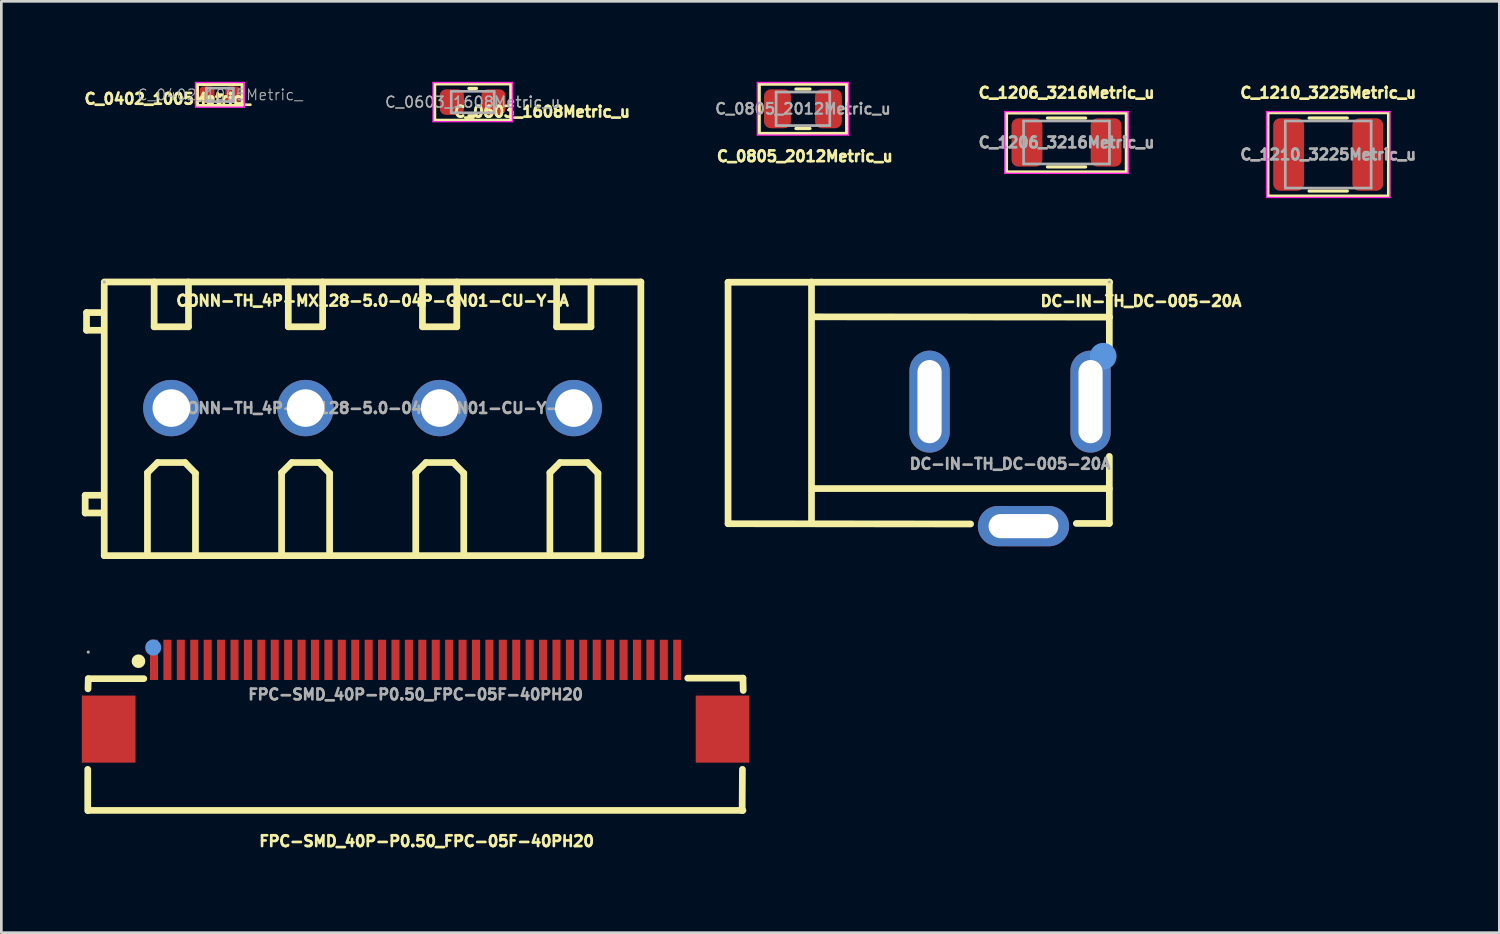
<source format=kicad_pcb>
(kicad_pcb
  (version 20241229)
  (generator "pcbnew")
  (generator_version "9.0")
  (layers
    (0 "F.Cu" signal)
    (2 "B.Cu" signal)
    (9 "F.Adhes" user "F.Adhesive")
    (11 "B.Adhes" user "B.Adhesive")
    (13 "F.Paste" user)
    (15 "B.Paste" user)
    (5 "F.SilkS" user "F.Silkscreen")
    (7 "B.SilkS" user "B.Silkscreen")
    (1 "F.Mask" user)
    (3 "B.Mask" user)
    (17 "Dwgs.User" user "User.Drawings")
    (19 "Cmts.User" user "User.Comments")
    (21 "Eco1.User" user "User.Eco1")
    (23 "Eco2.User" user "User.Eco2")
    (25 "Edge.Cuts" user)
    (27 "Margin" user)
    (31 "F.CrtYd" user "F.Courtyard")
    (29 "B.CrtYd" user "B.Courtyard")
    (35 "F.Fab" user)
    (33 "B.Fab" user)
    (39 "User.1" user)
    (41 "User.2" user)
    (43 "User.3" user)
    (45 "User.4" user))
  (footprint "C_1210_3225Metric_u"
    (layer "F.Cu")
    (at 46.453 2.709)
    (property "Reference" "C_1210_3225Metric_u" (at 0 -2.3 180) (layer "F.SilkS") (effects (font (size 0.4 0.4) (thickness 0.15))))
    (attr smd)
    (fp_line (start -0.711 -1.36) (end 0.711 -1.36) (stroke (width 0.12) (type solid)) (layer "F.SilkS"))
    (fp_line (start -0.711 1.36) (end 0.711 1.36) (stroke (width 0.12) (type solid)) (layer "F.SilkS"))
    (fp_rect (start -2.25 -1.56) (end 2.25 1.55) (stroke (width 0.12) (type solid)) (fill no) (layer "F.SilkS"))
    (fp_line (start -2.3 -1.6) (end 2.3 -1.6) (stroke (width 0.05) (type solid)) (layer "F.CrtYd"))
    (fp_line (start -2.3 1.6) (end -2.3 -1.6) (stroke (width 0.05) (type solid)) (layer "F.CrtYd"))
    (fp_line (start 2.3 -1.6) (end 2.3 1.6) (stroke (width 0.05) (type solid)) (layer "F.CrtYd"))
    (fp_line (start 2.3 1.6) (end -2.3 1.6) (stroke (width 0.05) (type solid)) (layer "F.CrtYd"))
    (fp_line (start -1.6 -1.25) (end 1.6 -1.25) (stroke (width 0.1) (type solid)) (layer "F.Fab"))
    (fp_line (start -1.6 1.25) (end -1.6 -1.25) (stroke (width 0.1) (type solid)) (layer "F.Fab"))
    (fp_line (start 1.6 -1.25) (end 1.6 1.25) (stroke (width 0.1) (type solid)) (layer "F.Fab"))
    (fp_line (start 1.6 1.25) (end -1.6 1.25) (stroke (width 0.1) (type solid)) (layer "F.Fab"))
    (fp_text user "${REFERENCE}" (at 0 0 180) (layer "F.Fab") (effects (font (size 0.4 0.4) (thickness 0.12))))
    (pad "1" smd roundrect (at -1.475 0) (size 1.15 2.7) (layers "F.Cu" "F.Mask" "F.Paste") (roundrect_rratio 0.217))
    (pad "2" smd roundrect (at 1.475 0) (size 1.15 2.7) (layers "F.Cu" "F.Mask" "F.Paste") (roundrect_rratio 0.217)))
  (footprint "DC-IN-TH_DC-005-20A"
    (layer "F.Cu")
    (at 34.595 14.239)
    (property "Reference" "DC-IN-TH_DC-005-20A" (at 4.88 -6.067 0) (layer "F.SilkS") (effects (font (size 0.4 0.4) (thickness 0.15))))
    (attr smd)
    (fp_line (start -10.51 -6.77) (end 3.71 -6.77) (stroke (width 0.25) (type solid)) (layer "F.SilkS"))
    (fp_line (start -10.51 2.23) (end -10.51 -6.77) (stroke (width 0.25) (type solid)) (layer "F.SilkS"))
    (fp_line (start -10.51 2.23) (end -1.47 2.24) (stroke (width 0.25) (type solid)) (layer "F.SilkS"))
    (fp_line (start -7.4 2.22) (end -7.4 -6.78) (stroke (width 0.25) (type solid)) (layer "F.SilkS"))
    (fp_line (start -7.32 -5.48) (end 3.71 -5.47) (stroke (width 0.25) (type solid)) (layer "F.SilkS"))
    (fp_line (start -7.32 0.92) (end 3.7 0.92) (stroke (width 0.25) (type solid)) (layer "F.SilkS"))
    (fp_line (start 2.47 2.22) (end 3.7 2.22) (stroke (width 0.25) (type solid)) (layer "F.SilkS"))
    (fp_line (start 3.7 -6.78) (end 3.7 -4.27) (stroke (width 0.25) (type solid)) (layer "F.SilkS"))
    (fp_line (start 3.7 -0.28) (end 3.7 2.22) (stroke (width 0.25) (type solid)) (layer "F.SilkS"))
    (fp_circle (center 3.47 -4.01) (end 3.72 -4.01) (stroke (width 0.5) (type solid)) (fill no) (layer "Cmts.User"))
    (fp_circle (center 3.7 -6.78) (end 3.73 -6.78) (stroke (width 0.06) (type solid)) (fill no) (layer "F.Fab"))
    (fp_text user "${REFERENCE}" (at 0 0 0) (layer "F.Fab") (effects (font (size 0.4 0.4) (thickness 0.15))))
    (pad "1" thru_hole oval (at 3 -2.32) (size 1.5 3.8) (drill oval 0.9 3.1) (layers "*.Cu" "*.Paste" "*.Mask"))
    (pad "2" thru_hole oval (at -3 -2.32 180) (size 1.5 3.8) (drill oval 0.9 3.1) (layers "*.Cu" "*.Paste" "*.Mask"))
    (pad "3" thru_hole oval (at 0.5 2.32 270) (size 1.5 3.4) (drill oval 0.9 2.6) (layers "*.Cu" "*.Paste" "*.Mask")))
  (footprint "C_0603_1608Metric_u"
    (layer "F.Cu")
    (at 14.568 0.755)
    (property "Reference" "C_0603_1608Metric_u" (at 2.585 0.36 180) (layer "F.SilkS") (effects (font (size 0.4 0.4) (thickness 0.15))))
    (attr smd)
    (fp_line (start -0.141 -0.51) (end 0.141 -0.51) (stroke (width 0.12) (type solid)) (layer "F.SilkS"))
    (fp_line (start -0.141 0.51) (end 0.141 0.51) (stroke (width 0.12) (type solid)) (layer "F.SilkS"))
    (fp_rect (start -1.42 -0.68) (end 1.42 0.68) (stroke (width 0.12) (type solid)) (fill no) (layer "F.SilkS"))
    (fp_line (start -1.48 -0.73) (end 1.48 -0.73) (stroke (width 0.05) (type solid)) (layer "F.CrtYd"))
    (fp_line (start -1.48 0.73) (end -1.48 -0.73) (stroke (width 0.05) (type solid)) (layer "F.CrtYd"))
    (fp_line (start 1.48 -0.73) (end 1.48 0.73) (stroke (width 0.05) (type solid)) (layer "F.CrtYd"))
    (fp_line (start 1.48 0.73) (end -1.48 0.73) (stroke (width 0.05) (type solid)) (layer "F.CrtYd"))
    (fp_line (start -0.8 -0.4) (end 0.8 -0.4) (stroke (width 0.1) (type solid)) (layer "F.Fab"))
    (fp_line (start -0.8 0.4) (end -0.8 -0.4) (stroke (width 0.1) (type solid)) (layer "F.Fab"))
    (fp_line (start 0.8 -0.4) (end 0.8 0.4) (stroke (width 0.1) (type solid)) (layer "F.Fab"))
    (fp_line (start 0.8 0.4) (end -0.8 0.4) (stroke (width 0.1) (type solid)) (layer "F.Fab"))
    (fp_text user "${REFERENCE}" (at 0 0 180) (layer "F.Fab") (effects (font (size 0.4 0.4) (thickness 0.06))))
    (pad "1" smd roundrect (at -0.775 0) (size 0.9 0.95) (layers "F.Cu" "F.Mask" "F.Paste") (roundrect_rratio 0.25))
    (pad "2" smd roundrect (at 0.775 0) (size 0.9 0.95) (layers "F.Cu" "F.Mask" "F.Paste") (roundrect_rratio 0.25)))
  (footprint "C_0402_1005Metric_"
    (layer "F.Cu")
    (at 5.146 0.485)
    (property "Reference" "C_0402_1005Metric_" (at -1.95 0.15 0) (layer "F.SilkS") (effects (font (size 0.4 0.4) (thickness 0.15))))
    (attr smd)
    (fp_line (start -0.08 0) (end 0.08 0) (stroke (width 0.12) (type solid)) (layer "F.SilkS"))
    (fp_rect (start -0.84 -0.39) (end 0.83 0.4) (stroke (width 0.12) (type solid)) (fill no) (layer "F.SilkS"))
    (fp_line (start -0.91 -0.46) (end 0.91 -0.46) (stroke (width 0.05) (type solid)) (layer "F.CrtYd"))
    (fp_line (start -0.91 0.46) (end -0.91 -0.46) (stroke (width 0.05) (type solid)) (layer "F.CrtYd"))
    (fp_line (start 0.91 -0.46) (end 0.91 0.46) (stroke (width 0.05) (type solid)) (layer "F.CrtYd"))
    (fp_line (start 0.91 0.46) (end -0.91 0.46) (stroke (width 0.05) (type solid)) (layer "F.CrtYd"))
    (fp_line (start -0.5 -0.25) (end 0.5 -0.25) (stroke (width 0.1) (type solid)) (layer "F.Fab"))
    (fp_line (start -0.5 0.25) (end -0.5 -0.25) (stroke (width 0.1) (type solid)) (layer "F.Fab"))
    (fp_line (start 0.5 -0.25) (end 0.5 0.25) (stroke (width 0.1) (type solid)) (layer "F.Fab"))
    (fp_line (start 0.5 0.25) (end -0.5 0.25) (stroke (width 0.1) (type solid)) (layer "F.Fab"))
    (fp_text user "${REFERENCE}" (at 0 0 0) (layer "F.Fab") (effects (font (size 0.4 0.4) (thickness 0.04))))
    (pad "1" smd roundrect (at -0.48 0) (size 0.56 0.62) (layers "F.Cu" "F.Mask" "F.Paste") (roundrect_rratio 0.25))
    (pad "2" smd roundrect (at 0.48 0) (size 0.56 0.62) (layers "F.Cu" "F.Mask" "F.Paste") (roundrect_rratio 0.25)))
  (footprint "CONN-TH_4P-MX128-5.0-04P-GN01-CU-Y-A"
    (layer "F.Cu")
    (at 10.835 12.159)
    (property "Reference" "CONN-TH_4P-MX128-5.0-04P-GN01-CU-Y-A" (at 0 -4 0) (layer "F.SilkS") (effects (font (size 0.4 0.4) (thickness 0.15))))
    (attr smd)
    (fp_line (start -10.71 3.25) (end -10.71 3.91) (stroke (width 0.25) (type solid)) (layer "F.SilkS"))
    (fp_line (start -10.71 3.91) (end -10.11 3.91) (stroke (width 0.25) (type solid)) (layer "F.SilkS"))
    (fp_line (start -10.66 -3.56) (end -10.66 -2.9) (stroke (width 0.25) (type solid)) (layer "F.SilkS"))
    (fp_line (start -10.66 -2.9) (end -10.06 -2.9) (stroke (width 0.25) (type solid)) (layer "F.SilkS"))
    (fp_line (start -10.11 3.25) (end -10.71 3.25) (stroke (width 0.25) (type solid)) (layer "F.SilkS"))
    (fp_line (start -10.06 -3.56) (end -10.66 -3.56) (stroke (width 0.25) (type solid)) (layer "F.SilkS"))
    (fp_line (start -10 -4.7) (end 10 -4.7) (stroke (width 0.25) (type solid)) (layer "F.SilkS"))
    (fp_line (start -10 5.5) (end -10 -4.6) (stroke (width 0.25) (type solid)) (layer "F.SilkS"))
    (fp_line (start -8.39 2.41) (end -8.39 5.5) (stroke (width 0.25) (type solid)) (layer "F.SilkS"))
    (fp_line (start -8.39 2.41) (end -8.01 2.03) (stroke (width 0.25) (type solid)) (layer "F.SilkS"))
    (fp_line (start -8.14 -3.03) (end -8.14 -4.7) (stroke (width 0.25) (type solid)) (layer "F.SilkS"))
    (fp_line (start -8.14 -3.03) (end -6.86 -3.03) (stroke (width 0.25) (type solid)) (layer "F.SilkS"))
    (fp_line (start -8.01 2.03) (end -6.99 2.03) (stroke (width 0.25) (type solid)) (layer "F.SilkS"))
    (fp_line (start -6.99 2.03) (end -6.6 2.43) (stroke (width 0.25) (type solid)) (layer "F.SilkS"))
    (fp_line (start -6.86 -3.03) (end -6.86 -4.7) (stroke (width 0.25) (type solid)) (layer "F.SilkS"))
    (fp_line (start -6.6 2.43) (end -6.6 5.5) (stroke (width 0.25) (type solid)) (layer "F.SilkS"))
    (fp_line (start -3.39 2.41) (end -3.39 5.5) (stroke (width 0.25) (type solid)) (layer "F.SilkS"))
    (fp_line (start -3.39 2.41) (end -3.01 2.03) (stroke (width 0.25) (type solid)) (layer "F.SilkS"))
    (fp_line (start -3.14 -3.03) (end -3.14 -4.7) (stroke (width 0.25) (type solid)) (layer "F.SilkS"))
    (fp_line (start -3.14 -3.03) (end -1.86 -3.03) (stroke (width 0.25) (type solid)) (layer "F.SilkS"))
    (fp_line (start -3.01 2.03) (end -1.99 2.03) (stroke (width 0.25) (type solid)) (layer "F.SilkS"))
    (fp_line (start -1.99 2.03) (end -1.6 2.43) (stroke (width 0.25) (type solid)) (layer "F.SilkS"))
    (fp_line (start -1.86 -3.03) (end -1.86 -4.7) (stroke (width 0.25) (type solid)) (layer "F.SilkS"))
    (fp_line (start -1.6 2.43) (end -1.6 5.5) (stroke (width 0.25) (type solid)) (layer "F.SilkS"))
    (fp_line (start 1.61 2.41) (end 1.61 5.5) (stroke (width 0.25) (type solid)) (layer "F.SilkS"))
    (fp_line (start 1.61 2.41) (end 1.99 2.03) (stroke (width 0.25) (type solid)) (layer "F.SilkS"))
    (fp_line (start 1.86 -3.03) (end 1.86 -4.7) (stroke (width 0.25) (type solid)) (layer "F.SilkS"))
    (fp_line (start 1.86 -3.03) (end 3.14 -3.03) (stroke (width 0.25) (type solid)) (layer "F.SilkS"))
    (fp_line (start 1.99 2.03) (end 3.01 2.03) (stroke (width 0.25) (type solid)) (layer "F.SilkS"))
    (fp_line (start 3.01 2.03) (end 3.4 2.43) (stroke (width 0.25) (type solid)) (layer "F.SilkS"))
    (fp_line (start 3.14 -3.03) (end 3.14 -4.7) (stroke (width 0.25) (type solid)) (layer "F.SilkS"))
    (fp_line (start 3.4 2.43) (end 3.4 5.5) (stroke (width 0.25) (type solid)) (layer "F.SilkS"))
    (fp_line (start 6.61 2.41) (end 6.61 5.5) (stroke (width 0.25) (type solid)) (layer "F.SilkS"))
    (fp_line (start 6.61 2.41) (end 6.99 2.03) (stroke (width 0.25) (type solid)) (layer "F.SilkS"))
    (fp_line (start 6.86 -3.03) (end 6.86 -4.7) (stroke (width 0.25) (type solid)) (layer "F.SilkS"))
    (fp_line (start 6.86 -3.03) (end 8.14 -3.03) (stroke (width 0.25) (type solid)) (layer "F.SilkS"))
    (fp_line (start 6.99 2.03) (end 8.01 2.03) (stroke (width 0.25) (type solid)) (layer "F.SilkS"))
    (fp_line (start 8.01 2.03) (end 8.4 2.43) (stroke (width 0.25) (type solid)) (layer "F.SilkS"))
    (fp_line (start 8.14 -3.03) (end 8.14 -4.7) (stroke (width 0.25) (type solid)) (layer "F.SilkS"))
    (fp_line (start 8.4 2.43) (end 8.4 5.5) (stroke (width 0.25) (type solid)) (layer "F.SilkS"))
    (fp_line (start 10 -4.7) (end 10 5.5) (stroke (width 0.25) (type solid)) (layer "F.SilkS"))
    (fp_line (start 10 5.5) (end -10 5.5) (stroke (width 0.25) (type solid)) (layer "F.SilkS"))
    (fp_circle (center -10 -4.7) (end -9.97 -4.7) (stroke (width 0.06) (type solid)) (fill no) (layer "F.Fab"))
    (fp_text user "${REFERENCE}" (at 0 0 0) (layer "F.Fab") (effects (font (size 0.4 0.4) (thickness 0.15))))
    (pad "1" thru_hole circle (at -7.5 0) (size 2.1 2.1) (drill 1.4) (layers "*.Cu" "*.Paste" "*.Mask"))
    (pad "2" thru_hole circle (at -2.5 0) (size 2.1 2.1) (drill 1.4) (layers "*.Cu" "*.Paste" "*.Mask"))
    (pad "3" thru_hole circle (at 2.5 0) (size 2.1 2.1) (drill 1.4) (layers "*.Cu" "*.Paste" "*.Mask"))
    (pad "4" thru_hole circle (at 7.5 0) (size 2.1 2.1) (drill 1.4) (layers "*.Cu" "*.Paste" "*.Mask")))
  (footprint "C_1206_3216Metric_u"
    (layer "F.Cu")
    (at 36.7 2.26)
    (property "Reference" "C_1206_3216Metric_u" (at 0 -1.85 180) (layer "F.SilkS") (effects (font (size 0.4 0.4) (thickness 0.15))))
    (attr smd)
    (fp_line (start -0.711 -0.91) (end 0.711 -0.91) (stroke (width 0.12) (type solid)) (layer "F.SilkS"))
    (fp_line (start -0.711 0.91) (end 0.711 0.91) (stroke (width 0.12) (type solid)) (layer "F.SilkS"))
    (fp_rect (start -2.24 -1.1) (end 2.23 1.1) (stroke (width 0.12) (type solid)) (fill no) (layer "F.SilkS"))
    (fp_line (start -2.3 -1.15) (end 2.3 -1.15) (stroke (width 0.05) (type solid)) (layer "F.CrtYd"))
    (fp_line (start -2.3 1.15) (end -2.3 -1.15) (stroke (width 0.05) (type solid)) (layer "F.CrtYd"))
    (fp_line (start 2.3 -1.15) (end 2.3 1.15) (stroke (width 0.05) (type solid)) (layer "F.CrtYd"))
    (fp_line (start 2.3 1.15) (end -2.3 1.15) (stroke (width 0.05) (type solid)) (layer "F.CrtYd"))
    (fp_line (start -1.6 -0.8) (end 1.6 -0.8) (stroke (width 0.1) (type solid)) (layer "F.Fab"))
    (fp_line (start -1.6 0.8) (end -1.6 -0.8) (stroke (width 0.1) (type solid)) (layer "F.Fab"))
    (fp_line (start 1.6 -0.8) (end 1.6 0.8) (stroke (width 0.1) (type solid)) (layer "F.Fab"))
    (fp_line (start 1.6 0.8) (end -1.6 0.8) (stroke (width 0.1) (type solid)) (layer "F.Fab"))
    (fp_text user "${REFERENCE}" (at 0 0 180) (layer "F.Fab") (effects (font (size 0.4 0.4) (thickness 0.12))))
    (pad "1" smd roundrect (at -1.475 0) (size 1.15 1.8) (layers "F.Cu" "F.Mask" "F.Paste") (roundrect_rratio 0.217))
    (pad "2" smd roundrect (at 1.475 0) (size 1.15 1.8) (layers "F.Cu" "F.Mask" "F.Paste") (roundrect_rratio 0.217)))
  (footprint "C_0805_2012Metric_u"
    (layer "F.Cu")
    (at 26.876 1.005)
    (property "Reference" "C_0805_2012Metric_u" (at 0.07 1.77 0) (layer "F.SilkS") (effects (font (size 0.4 0.4) (thickness 0.15))))
    (attr smd)
    (fp_line (start -0.261 -0.735) (end 0.261 -0.735) (stroke (width 0.12) (type solid)) (layer "F.SilkS"))
    (fp_line (start -0.261 0.735) (end 0.261 0.735) (stroke (width 0.12) (type solid)) (layer "F.SilkS"))
    (fp_rect (start -1.63 -0.92) (end 1.63 0.92) (stroke (width 0.12) (type solid)) (fill no) (layer "F.SilkS"))
    (fp_line (start -1.7 -0.98) (end 1.7 -0.98) (stroke (width 0.05) (type solid)) (layer "F.CrtYd"))
    (fp_line (start -1.7 0.98) (end -1.7 -0.98) (stroke (width 0.05) (type solid)) (layer "F.CrtYd"))
    (fp_line (start 1.7 -0.98) (end 1.7 0.98) (stroke (width 0.05) (type solid)) (layer "F.CrtYd"))
    (fp_line (start 1.7 0.98) (end -1.7 0.98) (stroke (width 0.05) (type solid)) (layer "F.CrtYd"))
    (fp_line (start -1 -0.625) (end 1 -0.625) (stroke (width 0.1) (type solid)) (layer "F.Fab"))
    (fp_line (start -1 0.625) (end -1 -0.625) (stroke (width 0.1) (type solid)) (layer "F.Fab"))
    (fp_line (start 1 -0.625) (end 1 0.625) (stroke (width 0.1) (type solid)) (layer "F.Fab"))
    (fp_line (start 1 0.625) (end -1 0.625) (stroke (width 0.1) (type solid)) (layer "F.Fab"))
    (fp_text user "${REFERENCE}" (at 0 0 0) (layer "F.Fab") (effects (font (size 0.4 0.4) (thickness 0.08))))
    (pad "1" smd roundrect (at -0.95 0) (size 1 1.45) (layers "F.Cu" "F.Mask" "F.Paste") (roundrect_rratio 0.25))
    (pad "2" smd roundrect (at 0.95 0) (size 1 1.45) (layers "F.Cu" "F.Mask" "F.Paste") (roundrect_rratio 0.25)))
  (footprint "FPC-SMD_40P-P0.50_FPC-05F-40PH20"
    (layer "F.Cu")
    (at 12.44 22.834)
    (property "Reference" "FPC-SMD_40P-P0.50_FPC-05F-40PH20" (at 0.41 5.468 180) (layer "F.SilkS") (effects (font (size 0.4 0.4) (thickness 0.15))))
    (attr smd)
    (fp_line (start -12.22 4.33) (end -12.22 2.79) (stroke (width 0.25) (type solid)) (layer "F.SilkS"))
    (fp_line (start -12.21 -0.21) (end -12.2 -0.59) (stroke (width 0.25) (type solid)) (layer "F.SilkS"))
    (fp_line (start -12.2 -0.59) (end -10.13 -0.59) (stroke (width 0.25) (type solid)) (layer "F.SilkS"))
    (fp_line (start -12.2 4.32) (end 12.2 4.32) (stroke (width 0.25) (type solid)) (layer "F.SilkS"))
    (fp_line (start 12.17 4.33) (end 12.18 2.79) (stroke (width 0.25) (type solid)) (layer "F.SilkS"))
    (fp_line (start 12.2 -0.61) (end 10.14 -0.61) (stroke (width 0.25) (type solid)) (layer "F.SilkS"))
    (fp_line (start 12.21 -0.15) (end 12.2 -0.61) (stroke (width 0.25) (type solid)) (layer "F.SilkS"))
    (fp_circle (center -10.33 -1.24) (end -10.2 -1.24) (stroke (width 0.25) (type solid)) (fill no) (layer "F.SilkS"))
    (fp_circle (center -9.78 -1.75) (end -9.63 -1.75) (stroke (width 0.3) (type solid)) (fill no) (layer "Cmts.User"))
    (fp_circle (center -12.2 -1.58) (end -12.17 -1.58) (stroke (width 0.06) (type solid)) (fill no) (layer "F.Fab"))
    (fp_text user "${REFERENCE}" (at 0 0 0) (layer "F.Fab") (effects (font (size 0.4 0.4) (thickness 0.15))))
    (pad "1" smd rect (at -9.75 -1.29) (size 0.3 1.5) (layers "F.Cu" "F.Mask" "F.Paste"))
    (pad "2" smd rect (at -9.25 -1.29) (size 0.3 1.5) (layers "F.Cu" "F.Mask" "F.Paste"))
    (pad "3" smd rect (at -8.75 -1.29) (size 0.3 1.5) (layers "F.Cu" "F.Mask" "F.Paste"))
    (pad "4" smd rect (at -8.25 -1.29) (size 0.3 1.5) (layers "F.Cu" "F.Mask" "F.Paste"))
    (pad "5" smd rect (at -7.75 -1.29) (size 0.3 1.5) (layers "F.Cu" "F.Mask" "F.Paste"))
    (pad "6" smd rect (at -7.25 -1.29) (size 0.3 1.5) (layers "F.Cu" "F.Mask" "F.Paste"))
    (pad "7" smd rect (at -6.75 -1.29) (size 0.3 1.5) (layers "F.Cu" "F.Mask" "F.Paste"))
    (pad "8" smd rect (at -6.25 -1.29) (size 0.3 1.5) (layers "F.Cu" "F.Mask" "F.Paste"))
    (pad "9" smd rect (at -5.75 -1.29) (size 0.3 1.5) (layers "F.Cu" "F.Mask" "F.Paste"))
    (pad "10" smd rect (at -5.25 -1.29) (size 0.3 1.5) (layers "F.Cu" "F.Mask" "F.Paste"))
    (pad "11" smd rect (at -4.75 -1.29) (size 0.3 1.5) (layers "F.Cu" "F.Mask" "F.Paste"))
    (pad "12" smd rect (at -4.25 -1.29) (size 0.3 1.5) (layers "F.Cu" "F.Mask" "F.Paste"))
    (pad "13" smd rect (at -3.75 -1.29) (size 0.3 1.5) (layers "F.Cu" "F.Mask" "F.Paste"))
    (pad "14" smd rect (at -3.25 -1.29) (size 0.3 1.5) (layers "F.Cu" "F.Mask" "F.Paste"))
    (pad "15" smd rect (at -2.75 -1.29) (size 0.3 1.5) (layers "F.Cu" "F.Mask" "F.Paste"))
    (pad "16" smd rect (at -2.25 -1.29) (size 0.3 1.5) (layers "F.Cu" "F.Mask" "F.Paste"))
    (pad "17" smd rect (at -1.75 -1.29) (size 0.3 1.5) (layers "F.Cu" "F.Mask" "F.Paste"))
    (pad "18" smd rect (at -1.25 -1.29) (size 0.3 1.5) (layers "F.Cu" "F.Mask" "F.Paste"))
    (pad "19" smd rect (at -0.75 -1.29) (size 0.3 1.5) (layers "F.Cu" "F.Mask" "F.Paste"))
    (pad "20" smd rect (at -0.25 -1.29) (size 0.3 1.5) (layers "F.Cu" "F.Mask" "F.Paste"))
    (pad "21" smd rect (at 0.25 -1.29) (size 0.3 1.5) (layers "F.Cu" "F.Mask" "F.Paste"))
    (pad "22" smd rect (at 0.75 -1.29) (size 0.3 1.5) (layers "F.Cu" "F.Mask" "F.Paste"))
    (pad "23" smd rect (at 1.25 -1.29) (size 0.3 1.5) (layers "F.Cu" "F.Mask" "F.Paste"))
    (pad "24" smd rect (at 1.75 -1.29) (size 0.3 1.5) (layers "F.Cu" "F.Mask" "F.Paste"))
    (pad "25" smd rect (at 2.25 -1.29) (size 0.3 1.5) (layers "F.Cu" "F.Mask" "F.Paste"))
    (pad "26" smd rect (at 2.75 -1.29) (size 0.3 1.5) (layers "F.Cu" "F.Mask" "F.Paste"))
    (pad "27" smd rect (at 3.25 -1.29) (size 0.3 1.5) (layers "F.Cu" "F.Mask" "F.Paste"))
    (pad "28" smd rect (at 3.75 -1.29) (size 0.3 1.5) (layers "F.Cu" "F.Mask" "F.Paste"))
    (pad "29" smd rect (at 4.25 -1.29) (size 0.3 1.5) (layers "F.Cu" "F.Mask" "F.Paste"))
    (pad "30" smd rect (at 4.75 -1.29) (size 0.3 1.5) (layers "F.Cu" "F.Mask" "F.Paste"))
    (pad "31" smd rect (at 5.25 -1.29) (size 0.3 1.5) (layers "F.Cu" "F.Mask" "F.Paste"))
    (pad "32" smd rect (at 5.75 -1.29) (size 0.3 1.5) (layers "F.Cu" "F.Mask" "F.Paste"))
    (pad "33" smd rect (at 6.25 -1.29) (size 0.3 1.5) (layers "F.Cu" "F.Mask" "F.Paste"))
    (pad "34" smd rect (at 6.75 -1.29) (size 0.3 1.5) (layers "F.Cu" "F.Mask" "F.Paste"))
    (pad "35" smd rect (at 7.25 -1.29) (size 0.3 1.5) (layers "F.Cu" "F.Mask" "F.Paste"))
    (pad "36" smd rect (at 7.75 -1.29) (size 0.3 1.5) (layers "F.Cu" "F.Mask" "F.Paste"))
    (pad "37" smd rect (at 8.25 -1.29) (size 0.3 1.5) (layers "F.Cu" "F.Mask" "F.Paste"))
    (pad "38" smd rect (at 8.75 -1.29) (size 0.3 1.5) (layers "F.Cu" "F.Mask" "F.Paste"))
    (pad "39" smd rect (at 9.25 -1.29) (size 0.3 1.5) (layers "F.Cu" "F.Mask" "F.Paste"))
    (pad "40" smd rect (at 9.75 -1.29) (size 0.3 1.5) (layers "F.Cu" "F.Mask" "F.Paste"))
    (pad "41" smd rect (at 11.44 1.29) (size 2 2.5) (layers "F.Cu" "F.Mask" "F.Paste"))
    (pad "42" smd rect (at -11.44 1.29) (size 2 2.5) (layers "F.Cu" "F.Mask" "F.Paste")))
  (gr_rect
    (start -3 -3)
    (end 52.83 31.712)
    (stroke (width 0.1) (type default))
    (fill no)
    (layer "Edge.Cuts")))
</source>
